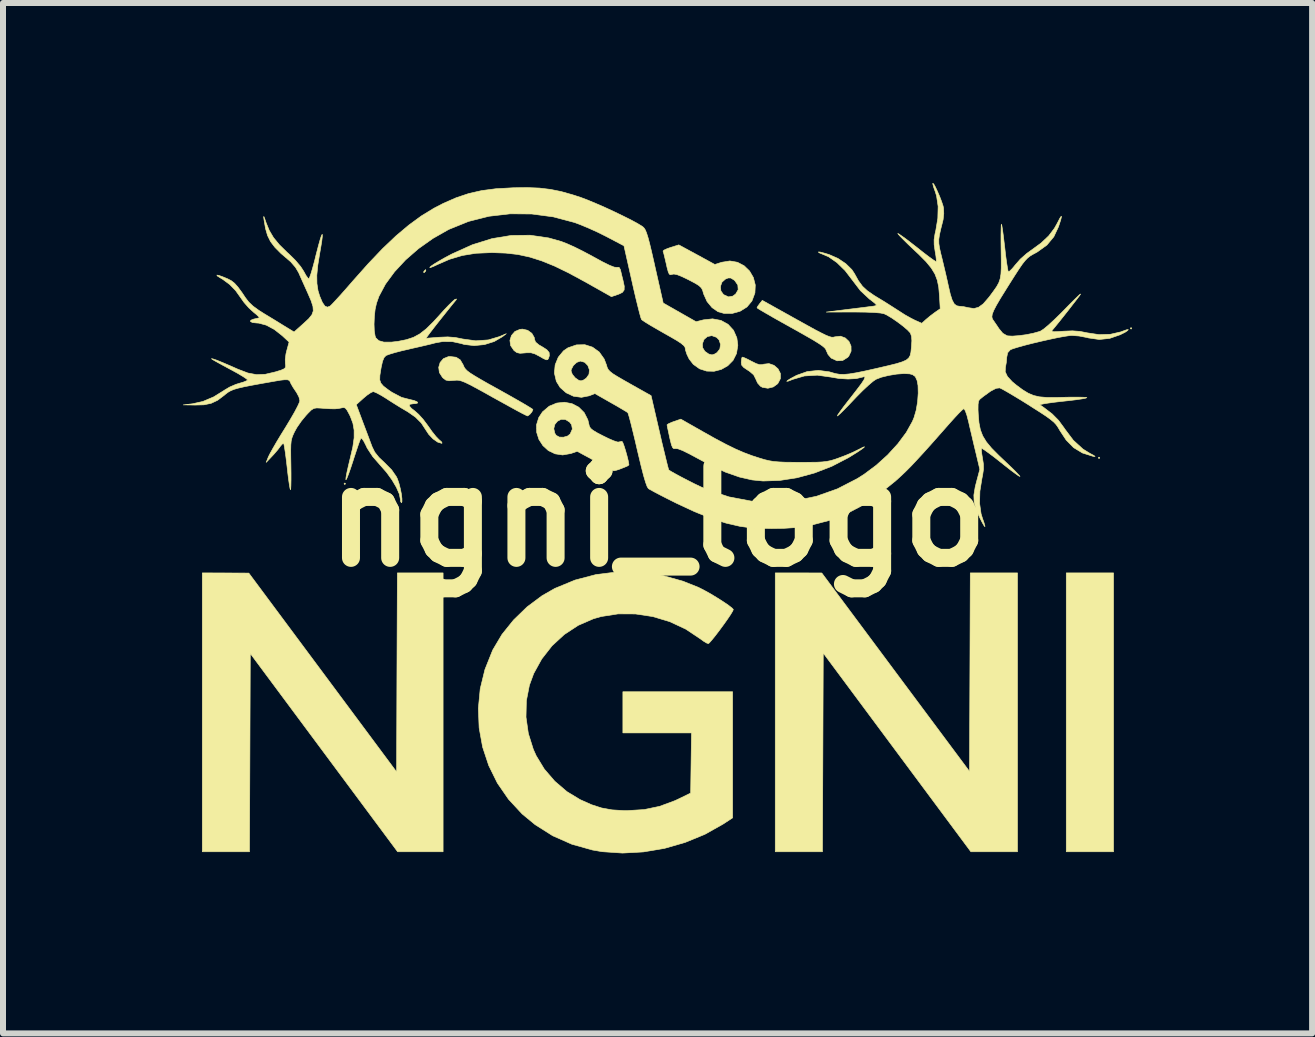
<source format=kicad_pcb>
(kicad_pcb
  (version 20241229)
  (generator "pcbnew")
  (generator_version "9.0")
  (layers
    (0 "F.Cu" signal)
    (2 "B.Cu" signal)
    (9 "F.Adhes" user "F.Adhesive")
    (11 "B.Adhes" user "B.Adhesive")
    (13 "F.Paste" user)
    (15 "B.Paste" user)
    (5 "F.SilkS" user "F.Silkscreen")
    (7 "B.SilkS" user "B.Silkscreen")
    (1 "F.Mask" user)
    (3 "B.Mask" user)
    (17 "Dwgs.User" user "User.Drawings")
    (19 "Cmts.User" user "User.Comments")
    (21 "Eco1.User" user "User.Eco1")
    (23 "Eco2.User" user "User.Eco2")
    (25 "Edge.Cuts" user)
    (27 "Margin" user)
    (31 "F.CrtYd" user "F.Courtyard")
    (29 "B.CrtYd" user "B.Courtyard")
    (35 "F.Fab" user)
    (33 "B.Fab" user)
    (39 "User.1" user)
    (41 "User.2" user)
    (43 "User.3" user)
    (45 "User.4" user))
  (footprint "ngni_logo"
    (layer "F.Cu")
    (at 7.917 5.56)
    (property "Reference" "ngni_logo" (at 0 0 0) (layer "F.SilkS") (effects (font (size 1.524 1.524) (thickness 0.3))))
    (attr through_hole)
    (fp_poly (pts (xy -5.207 -0.546) (xy -5.22 -0.533) (xy -5.232 -0.546) (xy -5.22 -0.559) (xy -5.207 -0.546)) (stroke (width 0.01) (type solid)) (fill yes) (layer "F.SilkS"))
    (fp_poly (pts (xy 7.366 -0.978) (xy 7.353 -0.965) (xy 7.341 -0.978) (xy 7.353 -0.991) (xy 7.366 -0.978)) (stroke (width 0.01) (type solid)) (fill yes) (layer "F.SilkS"))
    (fp_poly (pts (xy 7.595 5.588) (xy 6.807 5.588) (xy 6.807 0.94) (xy 7.595 0.94) (xy 7.595 5.588)) (stroke (width 0.01) (type solid)) (fill yes) (layer "F.SilkS"))
    (fp_poly (pts (xy 7.899 -3.137) (xy 7.887 -3.124) (xy 7.874 -3.137) (xy 7.887 -3.15) (xy 7.899 -3.137)) (stroke (width 0.01) (type solid)) (fill yes) (layer "F.SilkS"))
    (fp_poly (pts (xy -3.869 -4.098) (xy -3.873 -4.089) (xy -3.897 -4.065) (xy -3.902 -4.064) (xy -3.904 -4.08) (xy -3.899 -4.089) (xy -3.875 -4.114) (xy -3.871 -4.115) (xy -3.869 -4.098)) (stroke (width 0.01) (type solid)) (fill yes) (layer "F.SilkS"))
    (fp_poly (pts (xy -3.581 5.588) (xy -4.339 5.588) (xy -6.795 2.283) (xy -6.808 5.588) (xy -7.595 5.588) (xy -7.595 0.94) (xy -7.207 0.941) (xy -6.82 0.943) (xy -4.356 4.257) (xy -4.35 2.598) (xy -4.343 0.94) (xy -3.581 0.94) (xy -3.581 5.588)) (stroke (width 0.01) (type solid)) (fill yes) (layer "F.SilkS"))
    (fp_poly (pts (xy 5.994 5.588) (xy 5.217 5.588) (xy 2.756 2.276) (xy 2.743 5.588) (xy 1.956 5.588) (xy 1.956 0.94) (xy 2.343 0.94) (xy 2.731 0.941) (xy 3.962 2.595) (xy 5.194 4.249) (xy 5.201 2.595) (xy 5.207 0.94) (xy 5.994 0.94) (xy 5.994 5.588)) (stroke (width 0.01) (type solid)) (fill yes) (layer "F.SilkS"))
    (fp_poly (pts (xy 1.43 -2.651) (xy 1.486 -2.626) (xy 1.555 -2.59) (xy 1.64 -2.548) (xy 1.699 -2.53) (xy 1.745 -2.533) (xy 1.762 -2.539) (xy 1.851 -2.549) (xy 1.935 -2.52) (xy 2.002 -2.462) (xy 2.042 -2.384) (xy 2.042 -2.299) (xy 1.998 -2.215) (xy 1.923 -2.16) (xy 1.833 -2.138) (xy 1.741 -2.154) (xy 1.708 -2.173) (xy 1.661 -2.226) (xy 1.631 -2.293) (xy 1.596 -2.362) (xy 1.523 -2.424) (xy 1.497 -2.44) (xy 1.429 -2.486) (xy 1.396 -2.524) (xy 1.389 -2.57) (xy 1.39 -2.577) (xy 1.396 -2.632) (xy 1.404 -2.657) (xy 1.43 -2.651)) (stroke (width 0.01) (type solid)) (fill yes) (layer "F.SilkS"))
    (fp_poly (pts (xy -2.171 -3.104) (xy -2.101 -3.053) (xy -2.061 -2.983) (xy -2.057 -2.953) (xy -2.04 -2.908) (xy -1.984 -2.861) (xy -1.93 -2.83) (xy -1.851 -2.779) (xy -1.813 -2.733) (xy -1.81 -2.679) (xy -1.824 -2.636) (xy -1.838 -2.614) (xy -1.864 -2.613) (xy -1.912 -2.635) (xy -1.968 -2.668) (xy -2.051 -2.711) (xy -2.116 -2.73) (xy -2.187 -2.73) (xy -2.217 -2.727) (xy -2.298 -2.721) (xy -2.35 -2.732) (xy -2.396 -2.765) (xy -2.401 -2.77) (xy -2.455 -2.849) (xy -2.467 -2.936) (xy -2.441 -3.018) (xy -2.384 -3.084) (xy -2.299 -3.12) (xy -2.257 -3.124) (xy -2.171 -3.104)) (stroke (width 0.01) (type solid)) (fill yes) (layer "F.SilkS"))
    (fp_poly (pts (xy 2.308 -3.286) (xy 2.483 -3.189) (xy 2.619 -3.114) (xy 2.723 -3.06) (xy 2.8 -3.022) (xy 2.855 -3) (xy 2.895 -2.989) (xy 2.925 -2.989) (xy 2.95 -2.995) (xy 3.044 -3.006) (xy 3.124 -2.976) (xy 3.185 -2.918) (xy 3.219 -2.841) (xy 3.22 -2.756) (xy 3.182 -2.674) (xy 3.163 -2.653) (xy 3.08 -2.601) (xy 2.986 -2.596) (xy 2.894 -2.638) (xy 2.888 -2.642) (xy 2.837 -2.7) (xy 2.808 -2.763) (xy 2.798 -2.788) (xy 2.776 -2.815) (xy 2.737 -2.847) (xy 2.675 -2.889) (xy 2.586 -2.944) (xy 2.464 -3.014) (xy 2.305 -3.104) (xy 2.222 -3.15) (xy 2.068 -3.236) (xy 1.929 -3.314) (xy 1.813 -3.381) (xy 1.724 -3.433) (xy 1.668 -3.467) (xy 1.652 -3.48) (xy 1.666 -3.507) (xy 1.696 -3.548) (xy 1.74 -3.603) (xy 2.308 -3.286)) (stroke (width 0.01) (type solid)) (fill yes) (layer "F.SilkS"))
    (fp_poly (pts (xy -3.364 -2.655) (xy -3.296 -2.612) (xy -3.247 -2.529) (xy -3.243 -2.519) (xy -3.229 -2.487) (xy -3.208 -2.458) (xy -3.177 -2.427) (xy -3.129 -2.391) (xy -3.058 -2.346) (xy -2.96 -2.288) (xy -2.829 -2.213) (xy -2.659 -2.119) (xy -2.643 -2.11) (xy -2.491 -2.025) (xy -2.354 -1.947) (xy -2.239 -1.881) (xy -2.152 -1.829) (xy -2.098 -1.795) (xy -2.084 -1.783) (xy -2.1 -1.745) (xy -2.135 -1.703) (xy -2.169 -1.678) (xy -2.175 -1.677) (xy -2.202 -1.689) (xy -2.268 -1.722) (xy -2.365 -1.774) (xy -2.487 -1.841) (xy -2.628 -1.919) (xy -2.739 -1.98) (xy -2.908 -2.075) (xy -3.04 -2.147) (xy -3.14 -2.2) (xy -3.214 -2.236) (xy -3.271 -2.258) (xy -3.314 -2.27) (xy -3.352 -2.273) (xy -3.39 -2.27) (xy -3.404 -2.269) (xy -3.483 -2.263) (xy -3.535 -2.274) (xy -3.58 -2.308) (xy -3.592 -2.32) (xy -3.643 -2.4) (xy -3.654 -2.487) (xy -3.63 -2.568) (xy -3.575 -2.632) (xy -3.493 -2.665) (xy -3.464 -2.667) (xy -3.364 -2.655)) (stroke (width 0.01) (type solid)) (fill yes) (layer "F.SilkS"))
    (fp_poly (pts (xy -1.822 -4.644) (xy -1.612 -4.585) (xy -1.514 -4.547) (xy -1.387 -4.49) (xy -1.247 -4.42) (xy -1.107 -4.346) (xy -1.073 -4.327) (xy -0.919 -4.243) (xy -0.805 -4.187) (xy -0.728 -4.157) (xy -0.686 -4.153) (xy -0.648 -4.154) (xy -0.626 -4.117) (xy -0.621 -4.097) (xy -0.603 -4.021) (xy -0.582 -3.937) (xy -0.582 -3.937) (xy -0.561 -3.839) (xy -0.563 -3.776) (xy -0.592 -3.736) (xy -0.652 -3.707) (xy -0.667 -3.702) (xy -0.775 -3.665) (xy -1.219 -3.915) (xy -1.485 -4.059) (xy -1.721 -4.174) (xy -1.935 -4.261) (xy -2.136 -4.325) (xy -2.334 -4.368) (xy -2.536 -4.391) (xy -2.753 -4.399) (xy -2.781 -4.399) (xy -3.036 -4.388) (xy -3.262 -4.351) (xy -3.476 -4.287) (xy -3.664 -4.205) (xy -3.749 -4.166) (xy -3.795 -4.149) (xy -3.804 -4.153) (xy -3.781 -4.174) (xy -3.73 -4.209) (xy -3.654 -4.255) (xy -3.558 -4.31) (xy -3.444 -4.371) (xy -3.43 -4.378) (xy -3.093 -4.53) (xy -2.766 -4.632) (xy -2.446 -4.685) (xy -2.131 -4.689) (xy -1.822 -4.644)) (stroke (width 0.01) (type solid)) (fill yes) (layer "F.SilkS"))
    (fp_poly (pts (xy 0.744 -1.417) (xy 0.956 -1.298) (xy 1.135 -1.203) (xy 1.292 -1.126) (xy 1.435 -1.064) (xy 1.574 -1.012) (xy 1.692 -0.974) (xy 1.778 -0.948) (xy 1.854 -0.93) (xy 1.93 -0.917) (xy 2.017 -0.91) (xy 2.126 -0.905) (xy 2.269 -0.904) (xy 2.362 -0.903) (xy 2.525 -0.904) (xy 2.648 -0.905) (xy 2.741 -0.91) (xy 2.815 -0.919) (xy 2.881 -0.932) (xy 2.948 -0.952) (xy 3.01 -0.974) (xy 3.127 -1.018) (xy 3.247 -1.069) (xy 3.345 -1.117) (xy 3.353 -1.121) (xy 3.417 -1.154) (xy 3.443 -1.163) (xy 3.435 -1.151) (xy 3.395 -1.121) (xy 3.33 -1.077) (xy 3.242 -1.022) (xy 3.174 -0.98) (xy 2.9 -0.838) (xy 2.611 -0.726) (xy 2.318 -0.646) (xy 2.028 -0.601) (xy 1.752 -0.592) (xy 1.57 -0.61) (xy 1.356 -0.659) (xy 1.125 -0.74) (xy 0.871 -0.858) (xy 0.688 -0.956) (xy 0.53 -1.041) (xy 0.413 -1.099) (xy 0.334 -1.129) (xy 0.294 -1.133) (xy 0.266 -1.131) (xy 0.246 -1.147) (xy 0.227 -1.191) (xy 0.206 -1.272) (xy 0.196 -1.315) (xy 0.176 -1.41) (xy 0.16 -1.484) (xy 0.153 -1.525) (xy 0.152 -1.528) (xy 0.174 -1.545) (xy 0.23 -1.57) (xy 0.267 -1.584) (xy 0.382 -1.623) (xy 0.744 -1.417)) (stroke (width 0.01) (type solid)) (fill yes) (layer "F.SilkS"))
    (fp_poly (pts (xy 0.649 -4.365) (xy 0.949 -4.201) (xy 1.063 -4.238) (xy 1.199 -4.26) (xy 1.326 -4.238) (xy 1.437 -4.18) (xy 1.527 -4.093) (xy 1.591 -3.984) (xy 1.623 -3.859) (xy 1.617 -3.727) (xy 1.568 -3.595) (xy 1.568 -3.594) (xy 1.484 -3.493) (xy 1.37 -3.422) (xy 1.238 -3.385) (xy 1.101 -3.386) (xy 1.002 -3.414) (xy 0.903 -3.482) (xy 0.819 -3.584) (xy 0.764 -3.706) (xy 0.759 -3.722) (xy 0.744 -3.775) (xy 0.722 -3.814) (xy 0.699 -3.835) (xy 1.042 -3.835) (xy 1.05 -3.76) (xy 1.093 -3.7) (xy 1.096 -3.698) (xy 1.177 -3.661) (xy 1.249 -3.674) (xy 1.297 -3.71) (xy 1.338 -3.781) (xy 1.332 -3.859) (xy 1.283 -3.93) (xy 1.267 -3.944) (xy 1.214 -3.976) (xy 1.169 -3.976) (xy 1.127 -3.959) (xy 1.068 -3.907) (xy 1.042 -3.835) (xy 0.699 -3.835) (xy 0.686 -3.848) (xy 0.624 -3.887) (xy 0.527 -3.938) (xy 0.512 -3.946) (xy 0.398 -4.001) (xy 0.319 -4.032) (xy 0.266 -4.042) (xy 0.237 -4.037) (xy 0.209 -4.03) (xy 0.189 -4.041) (xy 0.172 -4.079) (xy 0.152 -4.153) (xy 0.139 -4.212) (xy 0.117 -4.306) (xy 0.099 -4.38) (xy 0.087 -4.421) (xy 0.085 -4.424) (xy 0.102 -4.441) (xy 0.154 -4.465) (xy 0.211 -4.485) (xy 0.348 -4.528) (xy 0.649 -4.365)) (stroke (width 0.01) (type solid)) (fill yes) (layer "F.SilkS"))
    (fp_poly (pts (xy -1.432 -1.881) (xy -1.32 -1.823) (xy -1.229 -1.732) (xy -1.168 -1.612) (xy -1.153 -1.549) (xy -1.143 -1.505) (xy -1.122 -1.47) (xy -1.082 -1.437) (xy -1.014 -1.396) (xy -0.918 -1.346) (xy -0.82 -1.298) (xy -0.736 -1.262) (xy -0.678 -1.243) (xy -0.66 -1.241) (xy -0.611 -1.251) (xy -0.599 -1.253) (xy -0.585 -1.232) (xy -0.564 -1.176) (xy -0.539 -1.097) (xy -0.515 -1.011) (xy -0.495 -0.93) (xy -0.484 -0.868) (xy -0.484 -0.86) (xy -0.504 -0.844) (xy -0.557 -0.821) (xy -0.623 -0.795) (xy -0.687 -0.773) (xy -0.73 -0.763) (xy -0.735 -0.762) (xy -0.761 -0.774) (xy -0.824 -0.805) (xy -0.913 -0.852) (xy -1.021 -0.91) (xy -1.047 -0.925) (xy -1.345 -1.087) (xy -1.452 -1.05) (xy -1.588 -1.026) (xy -1.714 -1.045) (xy -1.826 -1.099) (xy -1.917 -1.182) (xy -1.984 -1.286) (xy -2.021 -1.403) (xy -2.022 -1.465) (xy -1.736 -1.465) (xy -1.719 -1.389) (xy -1.696 -1.353) (xy -1.644 -1.324) (xy -1.573 -1.322) (xy -1.503 -1.343) (xy -1.462 -1.377) (xy -1.426 -1.458) (xy -1.439 -1.531) (xy -1.473 -1.575) (xy -1.543 -1.618) (xy -1.613 -1.62) (xy -1.674 -1.589) (xy -1.718 -1.535) (xy -1.736 -1.465) (xy -2.022 -1.465) (xy -2.024 -1.527) (xy -1.986 -1.65) (xy -1.923 -1.745) (xy -1.812 -1.839) (xy -1.687 -1.891) (xy -1.558 -1.905) (xy -1.432 -1.881)) (stroke (width 0.01) (type solid)) (fill yes) (layer "F.SilkS"))
    (fp_poly (pts (xy -0.305 0.926) (xy 0.058 0.978) (xy 0.417 1.078) (xy 0.673 1.18) (xy 0.764 1.226) (xy 0.869 1.284) (xy 0.98 1.351) (xy 1.084 1.417) (xy 1.173 1.477) (xy 1.234 1.525) (xy 1.257 1.549) (xy 1.247 1.575) (xy 1.213 1.632) (xy 1.16 1.711) (xy 1.096 1.801) (xy 1.027 1.895) (xy 0.96 1.983) (xy 0.901 2.056) (xy 0.858 2.105) (xy 0.842 2.118) (xy 0.814 2.11) (xy 0.759 2.077) (xy 0.71 2.041) (xy 0.466 1.878) (xy 0.199 1.753) (xy -0.084 1.668) (xy -0.374 1.624) (xy -0.664 1.623) (xy -0.945 1.667) (xy -1.075 1.704) (xy -1.328 1.814) (xy -1.56 1.966) (xy -1.765 2.155) (xy -1.937 2.375) (xy -2.071 2.618) (xy -2.142 2.811) (xy -2.193 3.072) (xy -2.199 3.344) (xy -2.16 3.617) (xy -2.077 3.881) (xy -2.029 3.988) (xy -1.894 4.21) (xy -1.719 4.413) (xy -1.517 4.586) (xy -1.296 4.72) (xy -1.295 4.72) (xy -1.107 4.804) (xy -0.937 4.859) (xy -0.765 4.89) (xy -0.569 4.902) (xy -0.507 4.902) (xy -0.229 4.885) (xy 0.029 4.831) (xy 0.285 4.736) (xy 0.353 4.704) (xy 0.546 4.61) (xy 0.553 4.108) (xy 0.56 3.607) (xy -0.584 3.607) (xy -0.584 2.921) (xy 1.245 2.921) (xy 1.245 5.023) (xy 1.086 5.127) (xy 0.782 5.298) (xy 0.453 5.433) (xy 0.109 5.532) (xy -0.242 5.591) (xy -0.591 5.61) (xy -0.929 5.587) (xy -1.091 5.559) (xy -1.434 5.463) (xy -1.753 5.322) (xy -2.046 5.137) (xy -2.263 4.958) (xy -2.49 4.713) (xy -2.676 4.443) (xy -2.82 4.151) (xy -2.922 3.843) (xy -2.98 3.524) (xy -2.993 3.198) (xy -2.962 2.872) (xy -2.883 2.549) (xy -2.758 2.236) (xy -2.75 2.219) (xy -2.599 1.965) (xy -2.406 1.725) (xy -2.181 1.507) (xy -1.932 1.321) (xy -1.719 1.199) (xy -1.38 1.059) (xy -1.029 0.967) (xy -0.669 0.923) (xy -0.305 0.926)) (stroke (width 0.01) (type solid)) (fill yes) (layer "F.SilkS"))
    (fp_poly (pts (xy -1.975 -5.475) (xy -1.792 -5.453) (xy -1.613 -5.417) (xy -1.422 -5.363) (xy -1.289 -5.32) (xy -1.178 -5.278) (xy -1.043 -5.222) (xy -0.893 -5.157) (xy -0.739 -5.086) (xy -0.59 -5.014) (xy -0.455 -4.947) (xy -0.344 -4.887) (xy -0.268 -4.841) (xy -0.25 -4.828) (xy -0.229 -4.807) (xy -0.209 -4.775) (xy -0.189 -4.726) (xy -0.166 -4.654) (xy -0.139 -4.553) (xy -0.106 -4.416) (xy -0.065 -4.237) (xy -0.05 -4.169) (xy 0.088 -3.559) (xy 0.362 -3.403) (xy 0.636 -3.247) (xy 0.758 -3.278) (xy 0.911 -3.295) (xy 1.051 -3.269) (xy 1.169 -3.204) (xy 1.26 -3.105) (xy 1.316 -2.978) (xy 1.332 -2.855) (xy 1.31 -2.717) (xy 1.252 -2.602) (xy 1.164 -2.513) (xy 1.056 -2.452) (xy 0.936 -2.421) (xy 0.813 -2.424) (xy 0.695 -2.462) (xy 0.59 -2.537) (xy 0.52 -2.627) (xy 0.483 -2.704) (xy 0.46 -2.774) (xy 0.457 -2.796) (xy 0.451 -2.823) (xy 0.43 -2.851) (xy 0.396 -2.879) (xy 0.741 -2.879) (xy 0.746 -2.813) (xy 0.783 -2.753) (xy 0.848 -2.708) (xy 0.902 -2.694) (xy 0.941 -2.706) (xy 0.985 -2.732) (xy 1.032 -2.792) (xy 1.044 -2.869) (xy 1.02 -2.943) (xy 0.978 -2.987) (xy 0.898 -3.015) (xy 0.825 -3) (xy 0.769 -2.952) (xy 0.741 -2.879) (xy 0.396 -2.879) (xy 0.387 -2.887) (xy 0.317 -2.933) (xy 0.212 -2.994) (xy 0.104 -3.055) (xy -0.018 -3.125) (xy -0.125 -3.187) (xy -0.208 -3.238) (xy -0.26 -3.273) (xy -0.273 -3.284) (xy -0.285 -3.316) (xy -0.306 -3.391) (xy -0.334 -3.502) (xy -0.368 -3.64) (xy -0.405 -3.798) (xy -0.431 -3.914) (xy -0.566 -4.513) (xy -0.861 -4.668) (xy -0.999 -4.737) (xy -1.149 -4.805) (xy -1.29 -4.864) (xy -1.389 -4.901) (xy -1.743 -4.995) (xy -2.103 -5.043) (xy -2.463 -5.046) (xy -2.817 -5.005) (xy -3.157 -4.919) (xy -3.478 -4.789) (xy -3.493 -4.782) (xy -3.75 -4.636) (xy -3.99 -4.466) (xy -4.205 -4.279) (xy -4.39 -4.08) (xy -4.541 -3.875) (xy -4.65 -3.671) (xy -4.691 -3.556) (xy -4.714 -3.453) (xy -4.727 -3.331) (xy -4.732 -3.207) (xy -4.728 -3.094) (xy -4.714 -3.008) (xy -4.703 -2.979) (xy -4.653 -2.931) (xy -4.568 -2.907) (xy -4.442 -2.907) (xy -4.331 -2.92) (xy -4.192 -2.948) (xy -4.074 -2.987) (xy -3.968 -3.045) (xy -3.862 -3.128) (xy -3.746 -3.242) (xy -3.657 -3.339) (xy -3.569 -3.437) (xy -3.49 -3.52) (xy -3.427 -3.582) (xy -3.388 -3.616) (xy -3.383 -3.619) (xy -3.357 -3.626) (xy -3.366 -3.608) (xy -3.382 -3.589) (xy -3.428 -3.533) (xy -3.495 -3.449) (xy -3.574 -3.35) (xy -3.656 -3.247) (xy -3.729 -3.154) (xy -3.785 -3.081) (xy -3.796 -3.067) (xy -3.867 -2.971) (xy -3.651 -2.988) (xy -3.503 -2.994) (xy -3.377 -2.984) (xy -3.253 -2.959) (xy -3.036 -2.929) (xy -2.826 -2.944) (xy -2.642 -2.999) (xy -2.527 -3.048) (xy -2.591 -2.998) (xy -2.729 -2.917) (xy -2.892 -2.866) (xy -3.064 -2.849) (xy -3.228 -2.868) (xy -3.277 -2.883) (xy -3.425 -2.915) (xy -3.585 -2.917) (xy -3.709 -2.895) (xy -3.766 -2.88) (xy -3.861 -2.857) (xy -3.981 -2.829) (xy -4.114 -2.799) (xy -4.138 -2.793) (xy -4.268 -2.763) (xy -4.383 -2.733) (xy -4.473 -2.706) (xy -4.527 -2.686) (xy -4.533 -2.683) (xy -4.565 -2.649) (xy -4.59 -2.589) (xy -4.612 -2.492) (xy -4.619 -2.452) (xy -4.635 -2.35) (xy -4.637 -2.278) (xy -4.619 -2.224) (xy -4.575 -2.173) (xy -4.499 -2.115) (xy -4.435 -2.071) (xy -4.273 -1.986) (xy -4.146 -1.953) (xy -4.063 -1.933) (xy -4.014 -1.912) (xy -4.004 -1.893) (xy -4.037 -1.882) (xy -4.077 -1.88) (xy -4.134 -1.871) (xy -4.145 -1.845) (xy -4.108 -1.802) (xy -4.055 -1.761) (xy -3.988 -1.702) (xy -3.911 -1.616) (xy -3.839 -1.52) (xy -3.829 -1.506) (xy -3.765 -1.415) (xy -3.701 -1.335) (xy -3.649 -1.281) (xy -3.64 -1.274) (xy -3.603 -1.24) (xy -3.599 -1.221) (xy -3.604 -1.22) (xy -3.671 -1.24) (xy -3.748 -1.294) (xy -3.822 -1.372) (xy -3.867 -1.441) (xy -3.945 -1.56) (xy -4.042 -1.657) (xy -4.171 -1.747) (xy -4.204 -1.766) (xy -4.287 -1.815) (xy -4.392 -1.88) (xy -4.499 -1.948) (xy -4.518 -1.961) (xy -4.607 -2.016) (xy -4.684 -2.058) (xy -4.736 -2.08) (xy -4.747 -2.082) (xy -4.786 -2.065) (xy -4.848 -2.023) (xy -4.908 -1.973) (xy -5.028 -1.865) (xy -4.919 -1.574) (xy -4.871 -1.447) (xy -4.825 -1.325) (xy -4.787 -1.223) (xy -4.764 -1.162) (xy -4.721 -1.074) (xy -4.651 -0.986) (xy -4.559 -0.899) (xy -4.439 -0.778) (xy -4.36 -0.664) (xy -4.343 -0.629) (xy -4.317 -0.554) (xy -4.294 -0.464) (xy -4.276 -0.374) (xy -4.267 -0.297) (xy -4.267 -0.244) (xy -4.276 -0.229) (xy -4.289 -0.25) (xy -4.293 -0.286) (xy -4.31 -0.374) (xy -4.359 -0.486) (xy -4.432 -0.61) (xy -4.524 -0.737) (xy -4.622 -0.849) (xy -4.755 -1.001) (xy -4.847 -1.142) (xy -4.864 -1.179) (xy -4.901 -1.252) (xy -4.932 -1.297) (xy -4.95 -1.305) (xy -4.965 -1.274) (xy -4.991 -1.204) (xy -5.025 -1.103) (xy -5.065 -0.982) (xy -5.082 -0.928) (xy -5.122 -0.807) (xy -5.156 -0.71) (xy -5.183 -0.642) (xy -5.199 -0.612) (xy -5.202 -0.614) (xy -5.199 -0.653) (xy -5.185 -0.73) (xy -5.162 -0.834) (xy -5.133 -0.956) (xy -5.13 -0.968) (xy -5.086 -1.157) (xy -5.064 -1.311) (xy -5.064 -1.44) (xy -5.084 -1.554) (xy -5.126 -1.666) (xy -5.141 -1.697) (xy -5.181 -1.771) (xy -5.211 -1.808) (xy -5.241 -1.817) (xy -5.277 -1.81) (xy -5.326 -1.8) (xy -5.382 -1.795) (xy -5.46 -1.796) (xy -5.57 -1.803) (xy -5.622 -1.807) (xy -5.689 -1.81) (xy -5.736 -1.802) (xy -5.779 -1.775) (xy -5.833 -1.721) (xy -5.868 -1.683) (xy -5.944 -1.591) (xy -6.016 -1.487) (xy -6.058 -1.412) (xy -6.083 -1.358) (xy -6.101 -1.31) (xy -6.113 -1.259) (xy -6.119 -1.194) (xy -6.121 -1.105) (xy -6.12 -0.982) (xy -6.118 -0.866) (xy -6.116 -0.728) (xy -6.116 -0.608) (xy -6.118 -0.515) (xy -6.121 -0.459) (xy -6.124 -0.446) (xy -6.132 -0.465) (xy -6.143 -0.526) (xy -6.157 -0.621) (xy -6.172 -0.742) (xy -6.18 -0.817) (xy -6.196 -0.952) (xy -6.211 -1.068) (xy -6.225 -1.156) (xy -6.235 -1.208) (xy -6.238 -1.217) (xy -6.261 -1.209) (xy -6.295 -1.17) (xy -6.296 -1.168) (xy -6.337 -1.113) (xy -6.398 -1.042) (xy -6.434 -1.003) (xy -6.53 -0.902) (xy -6.493 -0.995) (xy -6.467 -1.047) (xy -6.42 -1.132) (xy -6.356 -1.243) (xy -6.28 -1.369) (xy -6.212 -1.478) (xy -6.127 -1.619) (xy -6.056 -1.742) (xy -6.004 -1.841) (xy -5.974 -1.908) (xy -5.969 -1.932) (xy -5.984 -1.993) (xy -6.022 -2.065) (xy -6.035 -2.084) (xy -6.082 -2.154) (xy -6.118 -2.217) (xy -6.123 -2.229) (xy -6.134 -2.254) (xy -6.15 -2.271) (xy -6.177 -2.28) (xy -6.223 -2.28) (xy -6.295 -2.272) (xy -6.4 -2.254) (xy -6.547 -2.228) (xy -6.588 -2.221) (xy -6.763 -2.189) (xy -6.896 -2.163) (xy -6.995 -2.14) (xy -7.068 -2.119) (xy -7.123 -2.096) (xy -7.168 -2.07) (xy -7.211 -2.037) (xy -7.232 -2.019) (xy -7.341 -1.937) (xy -7.448 -1.887) (xy -7.568 -1.862) (xy -7.714 -1.858) (xy -7.912 -1.861) (xy -7.759 -1.879) (xy -7.585 -1.918) (xy -7.405 -1.994) (xy -7.236 -2.099) (xy -7.226 -2.106) (xy -7.139 -2.158) (xy -7.035 -2.203) (xy -6.986 -2.218) (xy -6.909 -2.241) (xy -6.856 -2.263) (xy -6.84 -2.276) (xy -6.859 -2.295) (xy -6.915 -2.333) (xy -7 -2.384) (xy -7.106 -2.442) (xy -7.138 -2.459) (xy -7.249 -2.519) (xy -7.342 -2.57) (xy -7.409 -2.608) (xy -7.441 -2.629) (xy -7.442 -2.631) (xy -7.42 -2.628) (xy -7.357 -2.607) (xy -7.258 -2.567) (xy -7.127 -2.511) (xy -6.998 -2.454) (xy -6.835 -2.392) (xy -6.69 -2.365) (xy -6.544 -2.371) (xy -6.379 -2.41) (xy -6.364 -2.414) (xy -6.276 -2.442) (xy -6.227 -2.464) (xy -6.207 -2.488) (xy -6.206 -2.522) (xy -6.21 -2.548) (xy -6.212 -2.619) (xy -6.2 -2.712) (xy -6.186 -2.769) (xy -6.148 -2.908) (xy -6.262 -3.014) (xy -6.394 -3.118) (xy -6.528 -3.19) (xy -6.654 -3.224) (xy -6.687 -3.226) (xy -6.757 -3.233) (xy -6.792 -3.251) (xy -6.786 -3.272) (xy -6.738 -3.291) (xy -6.679 -3.304) (xy -6.645 -3.312) (xy -6.652 -3.328) (xy -6.69 -3.365) (xy -6.739 -3.405) (xy -6.818 -3.477) (xy -6.899 -3.569) (xy -6.945 -3.634) (xy -7.04 -3.767) (xy -7.138 -3.868) (xy -7.253 -3.953) (xy -7.29 -3.975) (xy -7.343 -4.009) (xy -7.352 -4.024) (xy -7.321 -4.02) (xy -7.254 -3.996) (xy -7.174 -3.963) (xy -7.112 -3.931) (xy -7.057 -3.888) (xy -7 -3.824) (xy -6.932 -3.731) (xy -6.876 -3.647) (xy -6.82 -3.574) (xy -6.749 -3.507) (xy -6.65 -3.435) (xy -6.566 -3.382) (xy -6.452 -3.313) (xy -6.337 -3.243) (xy -6.239 -3.182) (xy -6.201 -3.159) (xy -6.065 -3.076) (xy -5.903 -3.221) (xy -5.82 -3.298) (xy -5.768 -3.363) (xy -5.745 -3.427) (xy -5.75 -3.501) (xy -5.781 -3.597) (xy -5.837 -3.726) (xy -5.839 -3.731) (xy -5.89 -3.844) (xy -5.939 -3.953) (xy -5.978 -4.041) (xy -5.988 -4.064) (xy -6.042 -4.155) (xy -6.118 -4.243) (xy -6.145 -4.267) (xy -6.283 -4.385) (xy -6.384 -4.487) (xy -6.457 -4.583) (xy -6.507 -4.684) (xy -6.541 -4.801) (xy -6.565 -4.94) (xy -6.572 -4.991) (xy -6.569 -5.002) (xy -6.556 -4.969) (xy -6.533 -4.902) (xy -6.479 -4.769) (xy -6.408 -4.649) (xy -6.31 -4.53) (xy -6.178 -4.4) (xy -6.157 -4.382) (xy -6.045 -4.272) (xy -5.956 -4.167) (xy -5.904 -4.087) (xy -5.866 -4.018) (xy -5.833 -3.973) (xy -5.819 -3.962) (xy -5.806 -3.986) (xy -5.783 -4.05) (xy -5.754 -4.148) (xy -5.721 -4.27) (xy -5.699 -4.36) (xy -5.658 -4.518) (xy -5.627 -4.628) (xy -5.606 -4.69) (xy -5.595 -4.704) (xy -5.594 -4.669) (xy -5.604 -4.585) (xy -5.626 -4.452) (xy -5.637 -4.39) (xy -5.67 -4.187) (xy -5.686 -4.021) (xy -5.684 -3.884) (xy -5.666 -3.765) (xy -5.638 -3.674) (xy -5.593 -3.568) (xy -5.551 -3.508) (xy -5.509 -3.49) (xy -5.464 -3.508) (xy -5.433 -3.538) (xy -5.375 -3.6) (xy -5.295 -3.687) (xy -5.201 -3.793) (xy -5.098 -3.911) (xy -5.087 -3.924) (xy -4.829 -4.214) (xy -4.591 -4.464) (xy -4.367 -4.677) (xy -4.153 -4.857) (xy -3.944 -5.01) (xy -3.735 -5.138) (xy -3.577 -5.22) (xy -3.362 -5.314) (xy -3.153 -5.384) (xy -2.937 -5.433) (xy -2.7 -5.464) (xy -2.428 -5.479) (xy -2.413 -5.48) (xy -2.177 -5.483) (xy -1.975 -5.475)) (stroke (width 0.01) (type solid)) (fill yes) (layer "F.SilkS"))
    (fp_poly (pts (xy 4.598 -5.542) (xy 4.626 -5.492) (xy 4.66 -5.419) (xy 4.697 -5.334) (xy 4.729 -5.25) (xy 4.753 -5.178) (xy 4.761 -5.142) (xy 4.765 -5.05) (xy 4.754 -4.949) (xy 4.749 -4.927) (xy 4.715 -4.793) (xy 4.693 -4.695) (xy 4.682 -4.619) (xy 4.683 -4.551) (xy 4.694 -4.477) (xy 4.715 -4.384) (xy 4.732 -4.317) (xy 4.765 -4.179) (xy 4.8 -4.032) (xy 4.83 -3.899) (xy 4.841 -3.848) (xy 4.874 -3.705) (xy 4.906 -3.606) (xy 4.94 -3.544) (xy 4.98 -3.513) (xy 5.024 -3.505) (xy 5.097 -3.498) (xy 5.179 -3.48) (xy 5.182 -3.48) (xy 5.268 -3.467) (xy 5.345 -3.488) (xy 5.423 -3.545) (xy 5.51 -3.645) (xy 5.527 -3.666) (xy 5.595 -3.758) (xy 5.646 -3.831) (xy 5.682 -3.896) (xy 5.705 -3.963) (xy 5.718 -4.041) (xy 5.723 -4.141) (xy 5.723 -4.273) (xy 5.721 -4.431) (xy 5.719 -4.575) (xy 5.719 -4.7) (xy 5.721 -4.796) (xy 5.723 -4.856) (xy 5.727 -4.873) (xy 5.734 -4.845) (xy 5.745 -4.775) (xy 5.759 -4.673) (xy 5.774 -4.547) (xy 5.782 -4.481) (xy 5.797 -4.347) (xy 5.813 -4.231) (xy 5.827 -4.143) (xy 5.837 -4.091) (xy 5.841 -4.082) (xy 5.864 -4.091) (xy 5.906 -4.132) (xy 5.959 -4.196) (xy 6.041 -4.29) (xy 6.147 -4.384) (xy 6.222 -4.438) (xy 6.388 -4.559) (xy 6.514 -4.678) (xy 6.61 -4.805) (xy 6.656 -4.887) (xy 6.699 -4.97) (xy 6.723 -5.006) (xy 6.727 -4.996) (xy 6.713 -4.939) (xy 6.679 -4.836) (xy 6.679 -4.834) (xy 6.599 -4.663) (xy 6.484 -4.525) (xy 6.327 -4.412) (xy 6.299 -4.396) (xy 6.245 -4.367) (xy 6.201 -4.34) (xy 6.161 -4.308) (xy 6.121 -4.266) (xy 6.075 -4.208) (xy 6.02 -4.128) (xy 5.95 -4.02) (xy 5.86 -3.878) (xy 5.802 -3.785) (xy 5.708 -3.634) (xy 5.641 -3.519) (xy 5.597 -3.434) (xy 5.573 -3.372) (xy 5.567 -3.327) (xy 5.576 -3.293) (xy 5.585 -3.279) (xy 5.616 -3.234) (xy 5.662 -3.167) (xy 5.684 -3.133) (xy 5.749 -3.054) (xy 5.817 -3.015) (xy 5.833 -3.011) (xy 5.909 -3.007) (xy 6.017 -3.015) (xy 6.138 -3.031) (xy 6.257 -3.055) (xy 6.354 -3.082) (xy 6.375 -3.089) (xy 6.427 -3.122) (xy 6.506 -3.187) (xy 6.605 -3.278) (xy 6.719 -3.389) (xy 6.765 -3.436) (xy 6.862 -3.535) (xy 6.943 -3.616) (xy 7.004 -3.675) (xy 7.04 -3.707) (xy 7.046 -3.708) (xy 7.025 -3.677) (xy 6.979 -3.616) (xy 6.914 -3.533) (xy 6.84 -3.437) (xy 6.761 -3.337) (xy 6.686 -3.243) (xy 6.621 -3.163) (xy 6.583 -3.117) (xy 6.567 -3.096) (xy 6.572 -3.084) (xy 6.604 -3.08) (xy 6.672 -3.083) (xy 6.762 -3.089) (xy 6.909 -3.095) (xy 7.034 -3.086) (xy 7.161 -3.061) (xy 7.354 -3.032) (xy 7.544 -3.038) (xy 7.714 -3.077) (xy 7.743 -3.088) (xy 7.813 -3.113) (xy 7.841 -3.116) (xy 7.831 -3.101) (xy 7.787 -3.071) (xy 7.709 -3.032) (xy 7.708 -3.031) (xy 7.529 -2.969) (xy 7.357 -2.951) (xy 7.176 -2.977) (xy 7.15 -2.984) (xy 7.021 -3.009) (xy 6.9 -3.018) (xy 6.865 -3.016) (xy 6.785 -3.004) (xy 6.673 -2.984) (xy 6.541 -2.956) (xy 6.398 -2.924) (xy 6.254 -2.89) (xy 6.12 -2.856) (xy 6.005 -2.824) (xy 5.92 -2.798) (xy 5.874 -2.78) (xy 5.874 -2.779) (xy 5.83 -2.73) (xy 5.814 -2.651) (xy 5.814 -2.647) (xy 5.807 -2.565) (xy 5.794 -2.493) (xy 5.793 -2.489) (xy 5.789 -2.413) (xy 5.826 -2.334) (xy 5.906 -2.247) (xy 5.975 -2.19) (xy 6.08 -2.112) (xy 6.172 -2.056) (xy 6.261 -2.018) (xy 6.36 -1.995) (xy 6.479 -1.985) (xy 6.63 -1.984) (xy 6.749 -1.987) (xy 6.885 -1.99) (xy 7.001 -1.99) (xy 7.089 -1.988) (xy 7.141 -1.984) (xy 7.15 -1.981) (xy 7.13 -1.973) (xy 7.069 -1.961) (xy 6.976 -1.947) (xy 6.859 -1.933) (xy 6.842 -1.931) (xy 6.712 -1.917) (xy 6.594 -1.903) (xy 6.5 -1.89) (xy 6.444 -1.881) (xy 6.444 -1.881) (xy 6.364 -1.865) (xy 6.435 -1.815) (xy 6.572 -1.71) (xy 6.677 -1.604) (xy 6.77 -1.478) (xy 6.778 -1.465) (xy 6.924 -1.271) (xy 7.085 -1.124) (xy 7.204 -1.051) (xy 7.268 -1.017) (xy 7.287 -1.001) (xy 7.264 -1.001) (xy 7.252 -1.004) (xy 7.077 -1.059) (xy 6.93 -1.148) (xy 6.805 -1.275) (xy 6.701 -1.433) (xy 6.67 -1.486) (xy 6.639 -1.531) (xy 6.601 -1.572) (xy 6.548 -1.616) (xy 6.476 -1.669) (xy 6.376 -1.735) (xy 6.242 -1.82) (xy 6.185 -1.857) (xy 6.05 -1.941) (xy 5.926 -2.016) (xy 5.821 -2.078) (xy 5.743 -2.122) (xy 5.7 -2.143) (xy 5.697 -2.144) (xy 5.637 -2.137) (xy 5.547 -2.09) (xy 5.426 -2.003) (xy 5.362 -1.951) (xy 5.345 -1.923) (xy 5.337 -1.869) (xy 5.336 -1.779) (xy 5.34 -1.701) (xy 5.352 -1.562) (xy 5.375 -1.446) (xy 5.414 -1.344) (xy 5.475 -1.244) (xy 5.562 -1.139) (xy 5.682 -1.018) (xy 5.762 -0.942) (xy 5.859 -0.85) (xy 5.941 -0.771) (xy 6 -0.71) (xy 6.032 -0.674) (xy 6.035 -0.667) (xy 6.012 -0.678) (xy 5.958 -0.716) (xy 5.877 -0.776) (xy 5.779 -0.853) (xy 5.716 -0.903) (xy 5.61 -0.987) (xy 5.518 -1.056) (xy 5.447 -1.107) (xy 5.404 -1.134) (xy 5.395 -1.136) (xy 5.392 -1.106) (xy 5.399 -1.041) (xy 5.411 -0.969) (xy 5.426 -0.873) (xy 5.427 -0.788) (xy 5.413 -0.692) (xy 5.401 -0.633) (xy 5.367 -0.421) (xy 5.362 -0.221) (xy 5.387 -0.045) (xy 5.41 0.03) (xy 5.436 0.104) (xy 5.45 0.155) (xy 5.451 0.17) (xy 5.437 0.154) (xy 5.407 0.102) (xy 5.368 0.026) (xy 5.364 0.019) (xy 5.303 -0.12) (xy 5.271 -0.24) (xy 5.267 -0.358) (xy 5.289 -0.493) (xy 5.309 -0.572) (xy 5.366 -0.786) (xy 5.301 -1.06) (xy 5.266 -1.205) (xy 5.229 -1.364) (xy 5.194 -1.511) (xy 5.181 -1.57) (xy 5.151 -1.686) (xy 5.124 -1.763) (xy 5.102 -1.796) (xy 5.097 -1.796) (xy 5.069 -1.774) (xy 5.016 -1.722) (xy 4.946 -1.647) (xy 4.879 -1.573) (xy 4.699 -1.369) (xy 4.548 -1.198) (xy 4.421 -1.057) (xy 4.314 -0.941) (xy 4.223 -0.844) (xy 4.143 -0.763) (xy 4.07 -0.693) (xy 4 -0.629) (xy 3.959 -0.592) (xy 3.68 -0.367) (xy 3.409 -0.185) (xy 3.137 -0.042) (xy 2.854 0.066) (xy 2.552 0.145) (xy 2.443 0.166) (xy 2.285 0.185) (xy 2.096 0.197) (xy 1.891 0.2) (xy 1.687 0.195) (xy 1.502 0.182) (xy 1.37 0.164) (xy 1.136 0.11) (xy 0.886 0.03) (xy 0.613 -0.08) (xy 0.31 -0.221) (xy 0.292 -0.23) (xy 0.158 -0.297) (xy 0.037 -0.359) (xy -0.062 -0.411) (xy -0.131 -0.449) (xy -0.159 -0.466) (xy -0.179 -0.498) (xy -0.205 -0.568) (xy -0.238 -0.679) (xy -0.278 -0.834) (xy -0.326 -1.035) (xy -0.343 -1.106) (xy -0.382 -1.275) (xy -0.419 -1.427) (xy -0.451 -1.556) (xy -0.477 -1.654) (xy -0.495 -1.714) (xy -0.502 -1.731) (xy -0.53 -1.75) (xy -0.594 -1.788) (xy -0.682 -1.84) (xy -0.786 -1.899) (xy -1.051 -2.05) (xy -1.146 -2.012) (xy -1.275 -1.987) (xy -1.407 -2.005) (xy -1.529 -2.062) (xy -1.63 -2.151) (xy -1.693 -2.253) (xy -1.725 -2.39) (xy -1.722 -2.427) (xy -1.448 -2.427) (xy -1.427 -2.37) (xy -1.378 -2.311) (xy -1.319 -2.27) (xy -1.282 -2.261) (xy -1.24 -2.275) (xy -1.193 -2.307) (xy -1.149 -2.37) (xy -1.142 -2.445) (xy -1.168 -2.517) (xy -1.221 -2.571) (xy -1.293 -2.591) (xy -1.354 -2.569) (xy -1.41 -2.517) (xy -1.444 -2.452) (xy -1.448 -2.427) (xy -1.722 -2.427) (xy -1.713 -2.528) (xy -1.661 -2.655) (xy -1.574 -2.761) (xy -1.5 -2.812) (xy -1.358 -2.861) (xy -1.218 -2.864) (xy -1.09 -2.823) (xy -0.979 -2.743) (xy -0.896 -2.626) (xy -0.858 -2.527) (xy -0.846 -2.485) (xy -0.829 -2.451) (xy -0.8 -2.419) (xy -0.754 -2.382) (xy -0.682 -2.337) (xy -0.579 -2.277) (xy -0.472 -2.216) (xy -0.114 -2.015) (xy 0.028 -1.401) (xy 0.067 -1.231) (xy 0.104 -1.079) (xy 0.135 -0.951) (xy 0.159 -0.854) (xy 0.175 -0.794) (xy 0.18 -0.777) (xy 0.218 -0.752) (xy 0.291 -0.711) (xy 0.387 -0.659) (xy 0.497 -0.602) (xy 0.609 -0.545) (xy 0.712 -0.496) (xy 0.795 -0.458) (xy 0.821 -0.447) (xy 1.186 -0.327) (xy 1.555 -0.257) (xy 1.923 -0.236) (xy 2.288 -0.263) (xy 2.645 -0.338) (xy 2.992 -0.461) (xy 3.324 -0.632) (xy 3.436 -0.703) (xy 3.64 -0.855) (xy 3.831 -1.028) (xy 4 -1.213) (xy 4.14 -1.401) (xy 4.242 -1.584) (xy 4.269 -1.648) (xy 4.305 -1.771) (xy 4.329 -1.913) (xy 4.339 -2.056) (xy 4.336 -2.183) (xy 4.32 -2.268) (xy 4.29 -2.333) (xy 4.245 -2.365) (xy 4.197 -2.378) (xy 4.102 -2.383) (xy 3.979 -2.374) (xy 3.847 -2.352) (xy 3.724 -2.322) (xy 3.634 -2.287) (xy 3.582 -2.251) (xy 3.504 -2.184) (xy 3.411 -2.097) (xy 3.311 -1.996) (xy 3.274 -1.957) (xy 3.181 -1.859) (xy 3.1 -1.776) (xy 3.038 -1.715) (xy 2.999 -1.681) (xy 2.992 -1.676) (xy 2.999 -1.695) (xy 3.034 -1.746) (xy 3.091 -1.824) (xy 3.165 -1.92) (xy 3.213 -1.981) (xy 3.317 -2.115) (xy 3.391 -2.213) (xy 3.435 -2.28) (xy 3.451 -2.319) (xy 3.441 -2.332) (xy 3.41 -2.324) (xy 3.305 -2.299) (xy 3.169 -2.292) (xy 3.019 -2.301) (xy 2.885 -2.324) (xy 2.657 -2.356) (xy 2.441 -2.343) (xy 2.247 -2.286) (xy 2.177 -2.258) (xy 2.148 -2.253) (xy 2.159 -2.266) (xy 2.207 -2.297) (xy 2.289 -2.341) (xy 2.311 -2.353) (xy 2.488 -2.416) (xy 2.675 -2.436) (xy 2.857 -2.412) (xy 2.894 -2.401) (xy 2.961 -2.382) (xy 3.027 -2.371) (xy 3.102 -2.369) (xy 3.192 -2.377) (xy 3.307 -2.396) (xy 3.454 -2.426) (xy 3.641 -2.468) (xy 3.667 -2.474) (xy 3.843 -2.515) (xy 3.976 -2.548) (xy 4.072 -2.578) (xy 4.138 -2.607) (xy 4.18 -2.641) (xy 4.204 -2.682) (xy 4.217 -2.736) (xy 4.224 -2.805) (xy 4.226 -2.822) (xy 4.233 -2.93) (xy 4.228 -3.002) (xy 4.211 -3.052) (xy 4.205 -3.063) (xy 4.161 -3.11) (xy 4.087 -3.173) (xy 3.996 -3.242) (xy 3.902 -3.307) (xy 3.817 -3.358) (xy 3.77 -3.38) (xy 3.711 -3.392) (xy 3.606 -3.401) (xy 3.459 -3.407) (xy 3.274 -3.409) (xy 3.251 -3.409) (xy 2.807 -3.408) (xy 3.175 -3.454) (xy 3.311 -3.471) (xy 3.434 -3.486) (xy 3.532 -3.499) (xy 3.595 -3.507) (xy 3.607 -3.509) (xy 3.636 -3.516) (xy 3.64 -3.53) (xy 3.613 -3.558) (xy 3.551 -3.607) (xy 3.524 -3.627) (xy 3.376 -3.765) (xy 3.244 -3.938) (xy 3.12 -4.1) (xy 2.984 -4.233) (xy 2.845 -4.33) (xy 2.754 -4.369) (xy 2.699 -4.391) (xy 2.674 -4.408) (xy 2.675 -4.41) (xy 2.702 -4.409) (xy 2.765 -4.393) (xy 2.849 -4.368) (xy 2.855 -4.366) (xy 3.001 -4.302) (xy 3.131 -4.215) (xy 3.233 -4.115) (xy 3.277 -4.048) (xy 3.343 -3.929) (xy 3.41 -3.838) (xy 3.492 -3.762) (xy 3.602 -3.686) (xy 3.654 -3.654) (xy 3.77 -3.584) (xy 3.888 -3.509) (xy 3.991 -3.443) (xy 4.022 -3.423) (xy 4.117 -3.362) (xy 4.217 -3.306) (xy 4.284 -3.272) (xy 4.399 -3.221) (xy 4.467 -3.283) (xy 4.535 -3.34) (xy 4.612 -3.398) (xy 4.62 -3.404) (xy 4.706 -3.463) (xy 4.693 -3.684) (xy 4.681 -3.823) (xy 4.657 -3.939) (xy 4.618 -4.042) (xy 4.557 -4.142) (xy 4.47 -4.248) (xy 4.349 -4.37) (xy 4.271 -4.443) (xy 4.174 -4.535) (xy 4.093 -4.615) (xy 4.033 -4.676) (xy 4.002 -4.712) (xy 3.999 -4.719) (xy 4.021 -4.707) (xy 4.076 -4.669) (xy 4.157 -4.61) (xy 4.256 -4.533) (xy 4.319 -4.484) (xy 4.425 -4.4) (xy 4.517 -4.33) (xy 4.588 -4.279) (xy 4.63 -4.252) (xy 4.639 -4.249) (xy 4.641 -4.278) (xy 4.634 -4.343) (xy 4.62 -4.427) (xy 4.605 -4.531) (xy 4.604 -4.616) (xy 4.619 -4.711) (xy 4.632 -4.767) (xy 4.666 -4.972) (xy 4.671 -5.169) (xy 4.645 -5.344) (xy 4.623 -5.415) (xy 4.597 -5.488) (xy 4.583 -5.54) (xy 4.582 -5.555) (xy 4.598 -5.542)) (stroke (width 0.01) (type solid)) (fill yes) (layer "F.SilkS")))
  (gr_rect
    (start -3 -3)
    (end 18.822 14.176)
    (stroke (width 0.1) (type default))
    (fill no)
    (layer "Edge.Cuts")))
</source>
